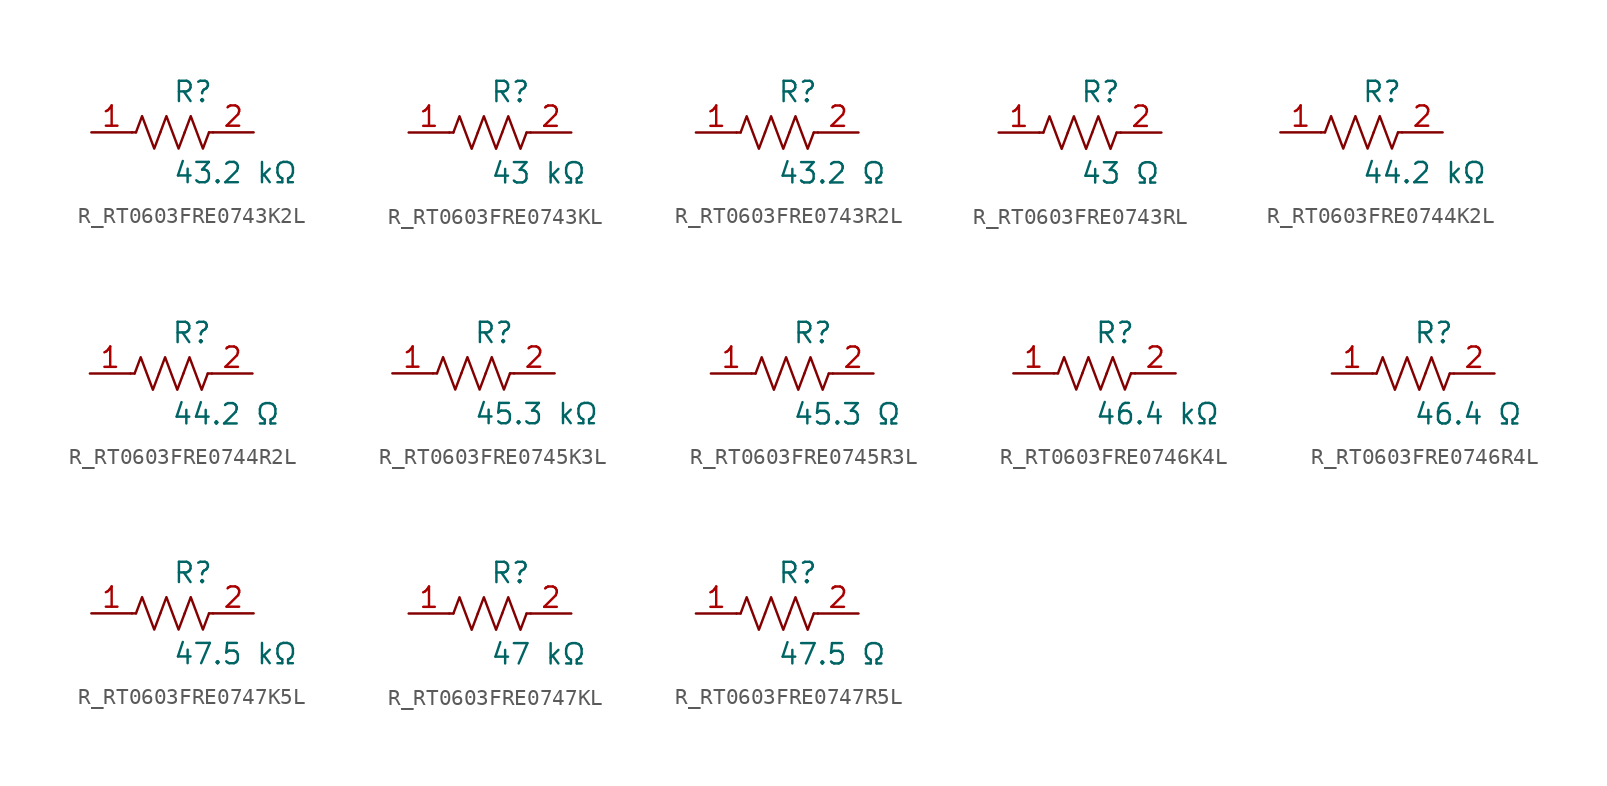
<source format=kicad_sym>
(kicad_symbol_lib
  (version 20231120)
  (generator kicad_symbol_editor)
  (generator_version 8.0)
  (symbol "R_RT0603FRE0743K2L"
    (pin_names
      (offset 0.254))
    (property "Reference" "R"
      (at 0.0 2.54 0)
      (effects (font (size 1.27 1.27)) (justify left)))
    (property "Value" "43.2 kΩ"
      (at 0.0 -2.54 0)
      (effects (font (size 1.27 1.27)) (justify left)))
    (symbol "R_RT0603FRE0743K2L_0_1"
      (polyline (pts (xy 2.286 0) (xy 2.54 0)) (stroke (width 0) (type default)) (fill (type none)))
      (polyline (pts (xy -2.286 0) (xy -2.54 0)) (stroke (width 0) (type default)) (fill (type none)))
      (polyline (pts (xy 0.762 0) (xy 1.143 1.016) (xy 1.524 0) (xy 1.905 -1.016) (xy 2.286 0)) (stroke (width 0) (type default)) (fill (type none)))
      (polyline (pts (xy -0.762 0) (xy -0.381 1.016) (xy 0 0) (xy 0.381 -1.016) (xy 0.762 0)) (stroke (width 0) (type default)) (fill (type none)))
      (polyline (pts (xy -2.286 0) (xy -1.905 1.016) (xy -1.524 0) (xy -1.143 -1.016) (xy -0.762 0)) (stroke (width 0) (type default)) (fill (type none))))
    (pin unspecified line
      (at -5.08 0 0)
      (length 2.54)
      (name "" (effects (font (size 1.27 1.27))))
      (number "1" (effects (font (size 1.27 1.27)))))
    (pin unspecified line
      (at 5.08 0 180)
      (length 2.54)
      (name "" (effects (font (size 1.27 1.27))))
      (number "2" (effects (font (size 1.27 1.27))))))
  (symbol "R_RT0603FRE0743KL"
    (pin_names
      (offset 0.254))
    (property "Reference" "R"
      (at 0.0 2.54 0)
      (effects (font (size 1.27 1.27)) (justify left)))
    (property "Value" "43 kΩ"
      (at 0.0 -2.54 0)
      (effects (font (size 1.27 1.27)) (justify left)))
    (symbol "R_RT0603FRE0743KL_0_1"
      (polyline (pts (xy 2.286 0) (xy 2.54 0)) (stroke (width 0) (type default)) (fill (type none)))
      (polyline (pts (xy -2.286 0) (xy -2.54 0)) (stroke (width 0) (type default)) (fill (type none)))
      (polyline (pts (xy 0.762 0) (xy 1.143 1.016) (xy 1.524 0) (xy 1.905 -1.016) (xy 2.286 0)) (stroke (width 0) (type default)) (fill (type none)))
      (polyline (pts (xy -0.762 0) (xy -0.381 1.016) (xy 0 0) (xy 0.381 -1.016) (xy 0.762 0)) (stroke (width 0) (type default)) (fill (type none)))
      (polyline (pts (xy -2.286 0) (xy -1.905 1.016) (xy -1.524 0) (xy -1.143 -1.016) (xy -0.762 0)) (stroke (width 0) (type default)) (fill (type none))))
    (pin unspecified line
      (at -5.08 0 0)
      (length 2.54)
      (name "" (effects (font (size 1.27 1.27))))
      (number "1" (effects (font (size 1.27 1.27)))))
    (pin unspecified line
      (at 5.08 0 180)
      (length 2.54)
      (name "" (effects (font (size 1.27 1.27))))
      (number "2" (effects (font (size 1.27 1.27))))))
  (symbol "R_RT0603FRE0743R2L"
    (pin_names
      (offset 0.254))
    (property "Reference" "R"
      (at 0.0 2.54 0)
      (effects (font (size 1.27 1.27)) (justify left)))
    (property "Value" "43.2 Ω"
      (at 0.0 -2.54 0)
      (effects (font (size 1.27 1.27)) (justify left)))
    (symbol "R_RT0603FRE0743R2L_0_1"
      (polyline (pts (xy 2.286 0) (xy 2.54 0)) (stroke (width 0) (type default)) (fill (type none)))
      (polyline (pts (xy -2.286 0) (xy -2.54 0)) (stroke (width 0) (type default)) (fill (type none)))
      (polyline (pts (xy 0.762 0) (xy 1.143 1.016) (xy 1.524 0) (xy 1.905 -1.016) (xy 2.286 0)) (stroke (width 0) (type default)) (fill (type none)))
      (polyline (pts (xy -0.762 0) (xy -0.381 1.016) (xy 0 0) (xy 0.381 -1.016) (xy 0.762 0)) (stroke (width 0) (type default)) (fill (type none)))
      (polyline (pts (xy -2.286 0) (xy -1.905 1.016) (xy -1.524 0) (xy -1.143 -1.016) (xy -0.762 0)) (stroke (width 0) (type default)) (fill (type none))))
    (pin unspecified line
      (at -5.08 0 0)
      (length 2.54)
      (name "" (effects (font (size 1.27 1.27))))
      (number "1" (effects (font (size 1.27 1.27)))))
    (pin unspecified line
      (at 5.08 0 180)
      (length 2.54)
      (name "" (effects (font (size 1.27 1.27))))
      (number "2" (effects (font (size 1.27 1.27))))))
  (symbol "R_RT0603FRE0743RL"
    (pin_names
      (offset 0.254))
    (property "Reference" "R"
      (at 0.0 2.54 0)
      (effects (font (size 1.27 1.27)) (justify left)))
    (property "Value" "43 Ω"
      (at 0.0 -2.54 0)
      (effects (font (size 1.27 1.27)) (justify left)))
    (symbol "R_RT0603FRE0743RL_0_1"
      (polyline (pts (xy 2.286 0) (xy 2.54 0)) (stroke (width 0) (type default)) (fill (type none)))
      (polyline (pts (xy -2.286 0) (xy -2.54 0)) (stroke (width 0) (type default)) (fill (type none)))
      (polyline (pts (xy 0.762 0) (xy 1.143 1.016) (xy 1.524 0) (xy 1.905 -1.016) (xy 2.286 0)) (stroke (width 0) (type default)) (fill (type none)))
      (polyline (pts (xy -0.762 0) (xy -0.381 1.016) (xy 0 0) (xy 0.381 -1.016) (xy 0.762 0)) (stroke (width 0) (type default)) (fill (type none)))
      (polyline (pts (xy -2.286 0) (xy -1.905 1.016) (xy -1.524 0) (xy -1.143 -1.016) (xy -0.762 0)) (stroke (width 0) (type default)) (fill (type none))))
    (pin unspecified line
      (at -5.08 0 0)
      (length 2.54)
      (name "" (effects (font (size 1.27 1.27))))
      (number "1" (effects (font (size 1.27 1.27)))))
    (pin unspecified line
      (at 5.08 0 180)
      (length 2.54)
      (name "" (effects (font (size 1.27 1.27))))
      (number "2" (effects (font (size 1.27 1.27))))))
  (symbol "R_RT0603FRE0744K2L"
    (pin_names
      (offset 0.254))
    (property "Reference" "R"
      (at 0.0 2.54 0)
      (effects (font (size 1.27 1.27)) (justify left)))
    (property "Value" "44.2 kΩ"
      (at 0.0 -2.54 0)
      (effects (font (size 1.27 1.27)) (justify left)))
    (symbol "R_RT0603FRE0744K2L_0_1"
      (polyline (pts (xy 2.286 0) (xy 2.54 0)) (stroke (width 0) (type default)) (fill (type none)))
      (polyline (pts (xy -2.286 0) (xy -2.54 0)) (stroke (width 0) (type default)) (fill (type none)))
      (polyline (pts (xy 0.762 0) (xy 1.143 1.016) (xy 1.524 0) (xy 1.905 -1.016) (xy 2.286 0)) (stroke (width 0) (type default)) (fill (type none)))
      (polyline (pts (xy -0.762 0) (xy -0.381 1.016) (xy 0 0) (xy 0.381 -1.016) (xy 0.762 0)) (stroke (width 0) (type default)) (fill (type none)))
      (polyline (pts (xy -2.286 0) (xy -1.905 1.016) (xy -1.524 0) (xy -1.143 -1.016) (xy -0.762 0)) (stroke (width 0) (type default)) (fill (type none))))
    (pin unspecified line
      (at -5.08 0 0)
      (length 2.54)
      (name "" (effects (font (size 1.27 1.27))))
      (number "1" (effects (font (size 1.27 1.27)))))
    (pin unspecified line
      (at 5.08 0 180)
      (length 2.54)
      (name "" (effects (font (size 1.27 1.27))))
      (number "2" (effects (font (size 1.27 1.27))))))
  (symbol "R_RT0603FRE0744R2L"
    (pin_names
      (offset 0.254))
    (property "Reference" "R"
      (at 0.0 2.54 0)
      (effects (font (size 1.27 1.27)) (justify left)))
    (property "Value" "44.2 Ω"
      (at 0.0 -2.54 0)
      (effects (font (size 1.27 1.27)) (justify left)))
    (symbol "R_RT0603FRE0744R2L_0_1"
      (polyline (pts (xy 2.286 0) (xy 2.54 0)) (stroke (width 0) (type default)) (fill (type none)))
      (polyline (pts (xy -2.286 0) (xy -2.54 0)) (stroke (width 0) (type default)) (fill (type none)))
      (polyline (pts (xy 0.762 0) (xy 1.143 1.016) (xy 1.524 0) (xy 1.905 -1.016) (xy 2.286 0)) (stroke (width 0) (type default)) (fill (type none)))
      (polyline (pts (xy -0.762 0) (xy -0.381 1.016) (xy 0 0) (xy 0.381 -1.016) (xy 0.762 0)) (stroke (width 0) (type default)) (fill (type none)))
      (polyline (pts (xy -2.286 0) (xy -1.905 1.016) (xy -1.524 0) (xy -1.143 -1.016) (xy -0.762 0)) (stroke (width 0) (type default)) (fill (type none))))
    (pin unspecified line
      (at -5.08 0 0)
      (length 2.54)
      (name "" (effects (font (size 1.27 1.27))))
      (number "1" (effects (font (size 1.27 1.27)))))
    (pin unspecified line
      (at 5.08 0 180)
      (length 2.54)
      (name "" (effects (font (size 1.27 1.27))))
      (number "2" (effects (font (size 1.27 1.27))))))
  (symbol "R_RT0603FRE0745K3L"
    (pin_names
      (offset 0.254))
    (property "Reference" "R"
      (at 0.0 2.54 0)
      (effects (font (size 1.27 1.27)) (justify left)))
    (property "Value" "45.3 kΩ"
      (at 0.0 -2.54 0)
      (effects (font (size 1.27 1.27)) (justify left)))
    (symbol "R_RT0603FRE0745K3L_0_1"
      (polyline (pts (xy 2.286 0) (xy 2.54 0)) (stroke (width 0) (type default)) (fill (type none)))
      (polyline (pts (xy -2.286 0) (xy -2.54 0)) (stroke (width 0) (type default)) (fill (type none)))
      (polyline (pts (xy 0.762 0) (xy 1.143 1.016) (xy 1.524 0) (xy 1.905 -1.016) (xy 2.286 0)) (stroke (width 0) (type default)) (fill (type none)))
      (polyline (pts (xy -0.762 0) (xy -0.381 1.016) (xy 0 0) (xy 0.381 -1.016) (xy 0.762 0)) (stroke (width 0) (type default)) (fill (type none)))
      (polyline (pts (xy -2.286 0) (xy -1.905 1.016) (xy -1.524 0) (xy -1.143 -1.016) (xy -0.762 0)) (stroke (width 0) (type default)) (fill (type none))))
    (pin unspecified line
      (at -5.08 0 0)
      (length 2.54)
      (name "" (effects (font (size 1.27 1.27))))
      (number "1" (effects (font (size 1.27 1.27)))))
    (pin unspecified line
      (at 5.08 0 180)
      (length 2.54)
      (name "" (effects (font (size 1.27 1.27))))
      (number "2" (effects (font (size 1.27 1.27))))))
  (symbol "R_RT0603FRE0745R3L"
    (pin_names
      (offset 0.254))
    (property "Reference" "R"
      (at 0.0 2.54 0)
      (effects (font (size 1.27 1.27)) (justify left)))
    (property "Value" "45.3 Ω"
      (at 0.0 -2.54 0)
      (effects (font (size 1.27 1.27)) (justify left)))
    (symbol "R_RT0603FRE0745R3L_0_1"
      (polyline (pts (xy 2.286 0) (xy 2.54 0)) (stroke (width 0) (type default)) (fill (type none)))
      (polyline (pts (xy -2.286 0) (xy -2.54 0)) (stroke (width 0) (type default)) (fill (type none)))
      (polyline (pts (xy 0.762 0) (xy 1.143 1.016) (xy 1.524 0) (xy 1.905 -1.016) (xy 2.286 0)) (stroke (width 0) (type default)) (fill (type none)))
      (polyline (pts (xy -0.762 0) (xy -0.381 1.016) (xy 0 0) (xy 0.381 -1.016) (xy 0.762 0)) (stroke (width 0) (type default)) (fill (type none)))
      (polyline (pts (xy -2.286 0) (xy -1.905 1.016) (xy -1.524 0) (xy -1.143 -1.016) (xy -0.762 0)) (stroke (width 0) (type default)) (fill (type none))))
    (pin unspecified line
      (at -5.08 0 0)
      (length 2.54)
      (name "" (effects (font (size 1.27 1.27))))
      (number "1" (effects (font (size 1.27 1.27)))))
    (pin unspecified line
      (at 5.08 0 180)
      (length 2.54)
      (name "" (effects (font (size 1.27 1.27))))
      (number "2" (effects (font (size 1.27 1.27))))))
  (symbol "R_RT0603FRE0746K4L"
    (pin_names
      (offset 0.254))
    (property "Reference" "R"
      (at 0.0 2.54 0)
      (effects (font (size 1.27 1.27)) (justify left)))
    (property "Value" "46.4 kΩ"
      (at 0.0 -2.54 0)
      (effects (font (size 1.27 1.27)) (justify left)))
    (symbol "R_RT0603FRE0746K4L_0_1"
      (polyline (pts (xy 2.286 0) (xy 2.54 0)) (stroke (width 0) (type default)) (fill (type none)))
      (polyline (pts (xy -2.286 0) (xy -2.54 0)) (stroke (width 0) (type default)) (fill (type none)))
      (polyline (pts (xy 0.762 0) (xy 1.143 1.016) (xy 1.524 0) (xy 1.905 -1.016) (xy 2.286 0)) (stroke (width 0) (type default)) (fill (type none)))
      (polyline (pts (xy -0.762 0) (xy -0.381 1.016) (xy 0 0) (xy 0.381 -1.016) (xy 0.762 0)) (stroke (width 0) (type default)) (fill (type none)))
      (polyline (pts (xy -2.286 0) (xy -1.905 1.016) (xy -1.524 0) (xy -1.143 -1.016) (xy -0.762 0)) (stroke (width 0) (type default)) (fill (type none))))
    (pin unspecified line
      (at -5.08 0 0)
      (length 2.54)
      (name "" (effects (font (size 1.27 1.27))))
      (number "1" (effects (font (size 1.27 1.27)))))
    (pin unspecified line
      (at 5.08 0 180)
      (length 2.54)
      (name "" (effects (font (size 1.27 1.27))))
      (number "2" (effects (font (size 1.27 1.27))))))
  (symbol "R_RT0603FRE0746R4L"
    (pin_names
      (offset 0.254))
    (property "Reference" "R"
      (at 0.0 2.54 0)
      (effects (font (size 1.27 1.27)) (justify left)))
    (property "Value" "46.4 Ω"
      (at 0.0 -2.54 0)
      (effects (font (size 1.27 1.27)) (justify left)))
    (symbol "R_RT0603FRE0746R4L_0_1"
      (polyline (pts (xy 2.286 0) (xy 2.54 0)) (stroke (width 0) (type default)) (fill (type none)))
      (polyline (pts (xy -2.286 0) (xy -2.54 0)) (stroke (width 0) (type default)) (fill (type none)))
      (polyline (pts (xy 0.762 0) (xy 1.143 1.016) (xy 1.524 0) (xy 1.905 -1.016) (xy 2.286 0)) (stroke (width 0) (type default)) (fill (type none)))
      (polyline (pts (xy -0.762 0) (xy -0.381 1.016) (xy 0 0) (xy 0.381 -1.016) (xy 0.762 0)) (stroke (width 0) (type default)) (fill (type none)))
      (polyline (pts (xy -2.286 0) (xy -1.905 1.016) (xy -1.524 0) (xy -1.143 -1.016) (xy -0.762 0)) (stroke (width 0) (type default)) (fill (type none))))
    (pin unspecified line
      (at -5.08 0 0)
      (length 2.54)
      (name "" (effects (font (size 1.27 1.27))))
      (number "1" (effects (font (size 1.27 1.27)))))
    (pin unspecified line
      (at 5.08 0 180)
      (length 2.54)
      (name "" (effects (font (size 1.27 1.27))))
      (number "2" (effects (font (size 1.27 1.27))))))
  (symbol "R_RT0603FRE0747K5L"
    (pin_names
      (offset 0.254))
    (property "Reference" "R"
      (at 0.0 2.54 0)
      (effects (font (size 1.27 1.27)) (justify left)))
    (property "Value" "47.5 kΩ"
      (at 0.0 -2.54 0)
      (effects (font (size 1.27 1.27)) (justify left)))
    (symbol "R_RT0603FRE0747K5L_0_1"
      (polyline (pts (xy 2.286 0) (xy 2.54 0)) (stroke (width 0) (type default)) (fill (type none)))
      (polyline (pts (xy -2.286 0) (xy -2.54 0)) (stroke (width 0) (type default)) (fill (type none)))
      (polyline (pts (xy 0.762 0) (xy 1.143 1.016) (xy 1.524 0) (xy 1.905 -1.016) (xy 2.286 0)) (stroke (width 0) (type default)) (fill (type none)))
      (polyline (pts (xy -0.762 0) (xy -0.381 1.016) (xy 0 0) (xy 0.381 -1.016) (xy 0.762 0)) (stroke (width 0) (type default)) (fill (type none)))
      (polyline (pts (xy -2.286 0) (xy -1.905 1.016) (xy -1.524 0) (xy -1.143 -1.016) (xy -0.762 0)) (stroke (width 0) (type default)) (fill (type none))))
    (pin unspecified line
      (at -5.08 0 0)
      (length 2.54)
      (name "" (effects (font (size 1.27 1.27))))
      (number "1" (effects (font (size 1.27 1.27)))))
    (pin unspecified line
      (at 5.08 0 180)
      (length 2.54)
      (name "" (effects (font (size 1.27 1.27))))
      (number "2" (effects (font (size 1.27 1.27))))))
  (symbol "R_RT0603FRE0747KL"
    (pin_names
      (offset 0.254))
    (property "Reference" "R"
      (at 0.0 2.54 0)
      (effects (font (size 1.27 1.27)) (justify left)))
    (property "Value" "47 kΩ"
      (at 0.0 -2.54 0)
      (effects (font (size 1.27 1.27)) (justify left)))
    (symbol "R_RT0603FRE0747KL_0_1"
      (polyline (pts (xy 2.286 0) (xy 2.54 0)) (stroke (width 0) (type default)) (fill (type none)))
      (polyline (pts (xy -2.286 0) (xy -2.54 0)) (stroke (width 0) (type default)) (fill (type none)))
      (polyline (pts (xy 0.762 0) (xy 1.143 1.016) (xy 1.524 0) (xy 1.905 -1.016) (xy 2.286 0)) (stroke (width 0) (type default)) (fill (type none)))
      (polyline (pts (xy -0.762 0) (xy -0.381 1.016) (xy 0 0) (xy 0.381 -1.016) (xy 0.762 0)) (stroke (width 0) (type default)) (fill (type none)))
      (polyline (pts (xy -2.286 0) (xy -1.905 1.016) (xy -1.524 0) (xy -1.143 -1.016) (xy -0.762 0)) (stroke (width 0) (type default)) (fill (type none))))
    (pin unspecified line
      (at -5.08 0 0)
      (length 2.54)
      (name "" (effects (font (size 1.27 1.27))))
      (number "1" (effects (font (size 1.27 1.27)))))
    (pin unspecified line
      (at 5.08 0 180)
      (length 2.54)
      (name "" (effects (font (size 1.27 1.27))))
      (number "2" (effects (font (size 1.27 1.27))))))
  (symbol "R_RT0603FRE0747R5L"
    (pin_names
      (offset 0.254))
    (property "Reference" "R"
      (at 0.0 2.54 0)
      (effects (font (size 1.27 1.27)) (justify left)))
    (property "Value" "47.5 Ω"
      (at 0.0 -2.54 0)
      (effects (font (size 1.27 1.27)) (justify left)))
    (symbol "R_RT0603FRE0747R5L_0_1"
      (polyline (pts (xy 2.286 0) (xy 2.54 0)) (stroke (width 0) (type default)) (fill (type none)))
      (polyline (pts (xy -2.286 0) (xy -2.54 0)) (stroke (width 0) (type default)) (fill (type none)))
      (polyline (pts (xy 0.762 0) (xy 1.143 1.016) (xy 1.524 0) (xy 1.905 -1.016) (xy 2.286 0)) (stroke (width 0) (type default)) (fill (type none)))
      (polyline (pts (xy -0.762 0) (xy -0.381 1.016) (xy 0 0) (xy 0.381 -1.016) (xy 0.762 0)) (stroke (width 0) (type default)) (fill (type none)))
      (polyline (pts (xy -2.286 0) (xy -1.905 1.016) (xy -1.524 0) (xy -1.143 -1.016) (xy -0.762 0)) (stroke (width 0) (type default)) (fill (type none))))
    (pin unspecified line
      (at -5.08 0 0)
      (length 2.54)
      (name "" (effects (font (size 1.27 1.27))))
      (number "1" (effects (font (size 1.27 1.27)))))
    (pin unspecified line
      (at 5.08 0 180)
      (length 2.54)
      (name "" (effects (font (size 1.27 1.27))))
      (number "2" (effects (font (size 1.27 1.27)))))))
</source>
